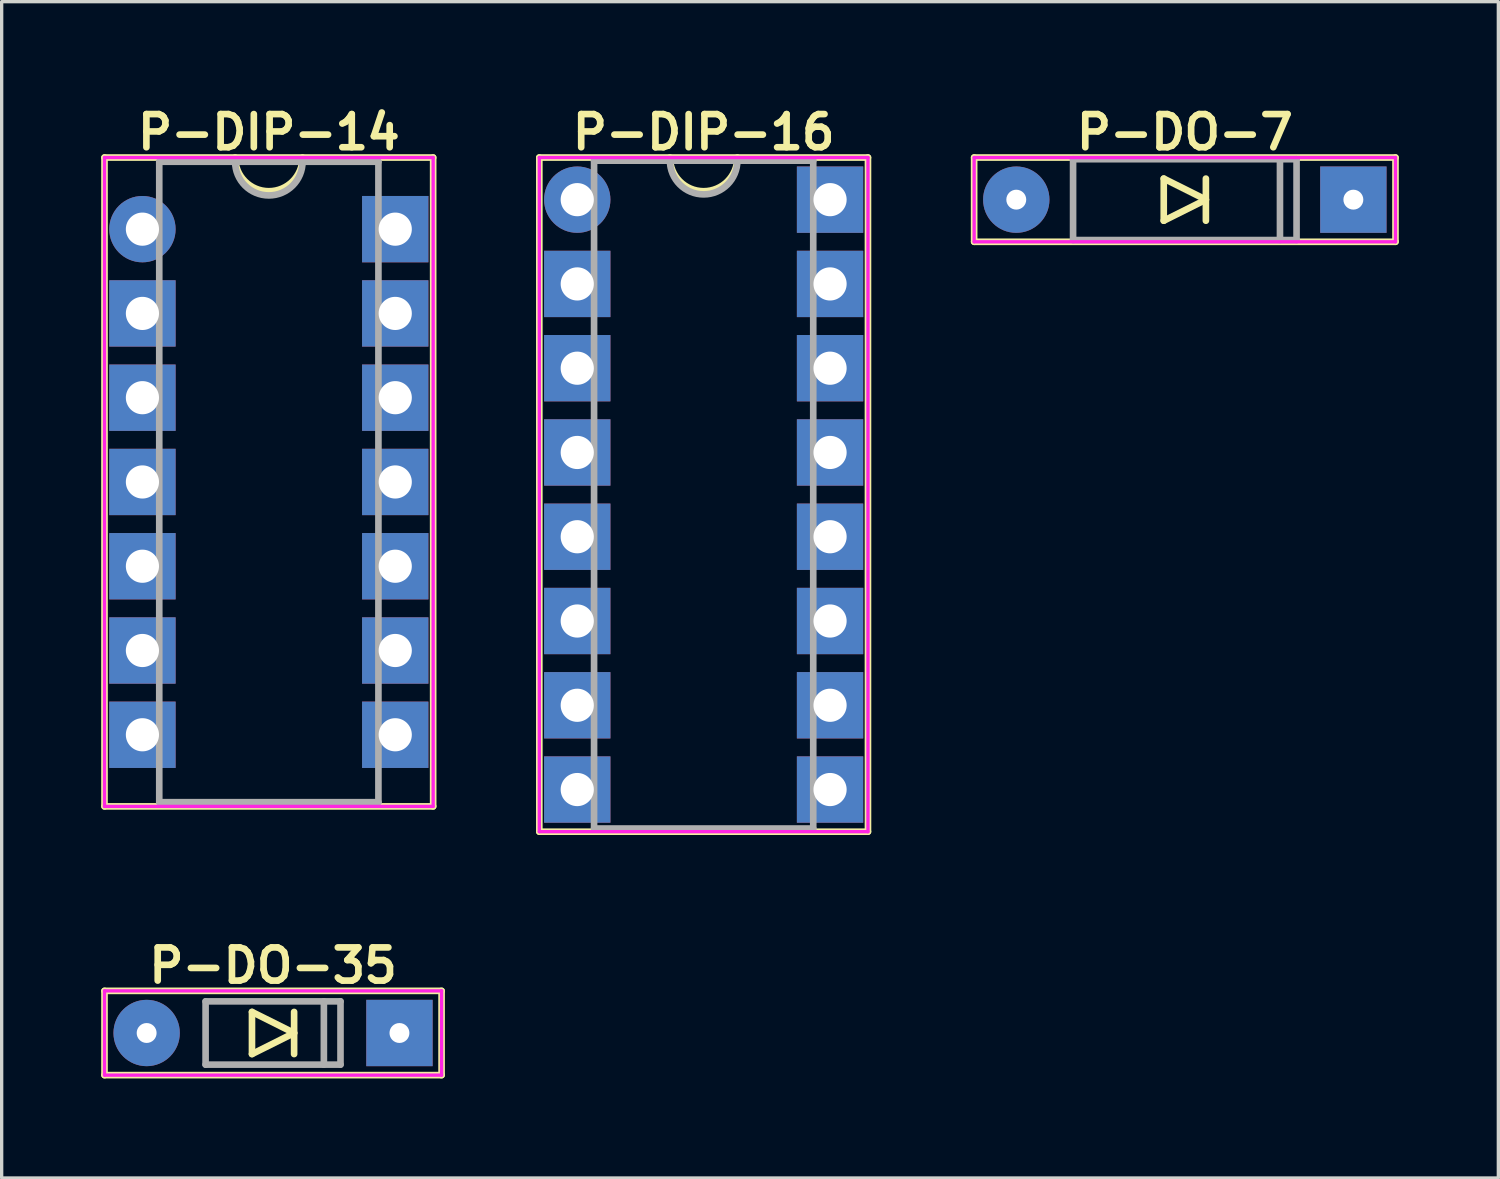
<source format=kicad_pcb>
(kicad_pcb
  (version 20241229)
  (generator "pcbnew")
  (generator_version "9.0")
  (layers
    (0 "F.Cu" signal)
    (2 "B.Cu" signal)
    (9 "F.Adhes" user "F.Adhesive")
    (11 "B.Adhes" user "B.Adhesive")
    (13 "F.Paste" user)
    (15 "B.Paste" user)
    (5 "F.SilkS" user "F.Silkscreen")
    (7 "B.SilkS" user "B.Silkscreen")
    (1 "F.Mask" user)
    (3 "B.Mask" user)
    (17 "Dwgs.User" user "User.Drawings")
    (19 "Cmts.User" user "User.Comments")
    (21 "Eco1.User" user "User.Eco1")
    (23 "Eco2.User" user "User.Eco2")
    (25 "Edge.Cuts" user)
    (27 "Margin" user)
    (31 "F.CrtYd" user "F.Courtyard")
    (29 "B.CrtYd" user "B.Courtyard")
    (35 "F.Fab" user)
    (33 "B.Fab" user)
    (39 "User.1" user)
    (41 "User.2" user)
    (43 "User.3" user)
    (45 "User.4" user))
  (footprint "P-DIP-14"
    (layer "F.Cu")
    (at 5.053 11.477)
    (property "Reference" "P-DIP-14" (at 0 -10.541 0) (layer "F.SilkS") (effects (font (size 1 1) (thickness 0.2))))
    (attr through_hole)
    (fp_line (start -4.953 -9.779) (end -4.953 9.779) (stroke (width 0.2) (type solid)) (layer "F.SilkS"))
    (fp_line (start -4.953 -9.779) (end 4.953 -9.779) (stroke (width 0.2) (type solid)) (layer "F.SilkS"))
    (fp_line (start -4.953 9.779) (end 4.953 9.779) (stroke (width 0.2) (type solid)) (layer "F.SilkS"))
    (fp_line (start 4.953 -9.779) (end 4.953 9.779) (stroke (width 0.2) (type solid)) (layer "F.SilkS"))
    (fp_arc (start 1.016 -9.779) (mid 0 -8.763) (end -1.016 -9.779) (stroke (width 0.2) (type solid)) (layer "F.SilkS"))
    (fp_line (start -4.953 -9.779) (end -4.953 9.779) (stroke (width 0.1) (type solid)) (layer "F.CrtYd"))
    (fp_line (start -4.953 -9.779) (end 4.953 -9.779) (stroke (width 0.1) (type solid)) (layer "F.CrtYd"))
    (fp_line (start -4.953 9.779) (end 4.953 9.779) (stroke (width 0.1) (type solid)) (layer "F.CrtYd"))
    (fp_line (start 4.953 -9.779) (end 4.953 9.779) (stroke (width 0.1) (type solid)) (layer "F.CrtYd"))
    (fp_line (start -3.303 -9.652) (end -3.303 9.652) (stroke (width 0.2) (type solid)) (layer "F.Fab"))
    (fp_line (start -3.303 -9.652) (end 3.303 -9.652) (stroke (width 0.2) (type solid)) (layer "F.Fab"))
    (fp_line (start -3.303 9.652) (end 3.303 9.652) (stroke (width 0.2) (type solid)) (layer "F.Fab"))
    (fp_line (start 3.303 -9.652) (end 3.303 9.652) (stroke (width 0.2) (type solid)) (layer "F.Fab"))
    (fp_arc (start 1.016 -9.6525) (mid 0 -8.6365) (end -1.016 -9.6525) (stroke (width 0.2) (type solid)) (layer "F.Fab"))
    (pad "1" thru_hole circle (at -3.81 -7.62) (size 2 2) (drill 1) (layers "*.Cu" "*.Mask"))
    (pad "2" thru_hole rect (at -3.81 -5.08) (size 2 2) (drill 1) (layers "*.Cu" "*.Mask"))
    (pad "3" thru_hole rect (at -3.81 -2.54) (size 2 2) (drill 1) (layers "*.Cu" "*.Mask"))
    (pad "4" thru_hole rect (at -3.81 0) (size 2 2) (drill 1) (layers "*.Cu" "*.Mask"))
    (pad "5" thru_hole rect (at -3.81 2.54) (size 2 2) (drill 1) (layers "*.Cu" "*.Mask"))
    (pad "6" thru_hole rect (at -3.81 5.08) (size 2 2) (drill 1) (layers "*.Cu" "*.Mask"))
    (pad "7" thru_hole rect (at -3.81 7.62) (size 2 2) (drill 1) (layers "*.Cu" "*.Mask"))
    (pad "8" thru_hole rect (at 3.81 7.62) (size 2 2) (drill 1) (layers "*.Cu" "*.Mask"))
    (pad "9" thru_hole rect (at 3.81 5.08) (size 2 2) (drill 1) (layers "*.Cu" "*.Mask"))
    (pad "10" thru_hole rect (at 3.81 2.54) (size 2 2) (drill 1) (layers "*.Cu" "*.Mask"))
    (pad "11" thru_hole rect (at 3.81 0) (size 2 2) (drill 1) (layers "*.Cu" "*.Mask"))
    (pad "12" thru_hole rect (at 3.81 -2.54) (size 2 2) (drill 1) (layers "*.Cu" "*.Mask"))
    (pad "13" thru_hole rect (at 3.81 -5.08) (size 2 2) (drill 1) (layers "*.Cu" "*.Mask"))
    (pad "14" thru_hole rect (at 3.81 -7.62) (size 2 2) (drill 1) (layers "*.Cu" "*.Mask")))
  (footprint "P-DO-7"
    (layer "F.Cu")
    (at 32.662 2.968)
    (property "Reference" "P-DO-7" (at 0 -2.032 0) (layer "F.SilkS") (effects (font (size 1 1) (thickness 0.2))))
    (attr through_hole)
    (fp_line (start -6.35 -1.27) (end -6.35 1.27) (stroke (width 0.2) (type solid)) (layer "F.SilkS"))
    (fp_line (start -6.35 -1.27) (end 6.35 -1.27) (stroke (width 0.2) (type solid)) (layer "F.SilkS"))
    (fp_line (start -6.35 1.27) (end 6.35 1.27) (stroke (width 0.2) (type solid)) (layer "F.SilkS"))
    (fp_line (start -0.635 -0.635) (end -0.635 0.635) (stroke (width 0.2) (type solid)) (layer "F.SilkS"))
    (fp_line (start -0.635 -0.635) (end 0.635 0) (stroke (width 0.2) (type solid)) (layer "F.SilkS"))
    (fp_line (start -0.635 0.635) (end 0.635 0) (stroke (width 0.2) (type solid)) (layer "F.SilkS"))
    (fp_line (start 0.635 -0.635) (end 0.635 0.635) (stroke (width 0.2) (type solid)) (layer "F.SilkS"))
    (fp_line (start 6.35 -1.27) (end 6.35 1.27) (stroke (width 0.2) (type solid)) (layer "F.SilkS"))
    (fp_line (start -6.35 -1.27) (end 6.35 -1.27) (stroke (width 0.1) (type solid)) (layer "F.CrtYd"))
    (fp_line (start -6.35 1.27) (end -6.35 -1.27) (stroke (width 0.1) (type solid)) (layer "F.CrtYd"))
    (fp_line (start 6.35 -1.27) (end 6.35 1.27) (stroke (width 0.1) (type solid)) (layer "F.CrtYd"))
    (fp_line (start 6.35 1.27) (end -6.35 1.27) (stroke (width 0.1) (type solid)) (layer "F.CrtYd"))
    (fp_line (start -3.368 -1.218) (end -3.368 1.218) (stroke (width 0.2) (type solid)) (layer "F.Fab"))
    (fp_line (start -3.368 -1.218) (end 3.368 -1.218) (stroke (width 0.2) (type solid)) (layer "F.Fab"))
    (fp_line (start -3.368 1.218) (end 3.368 1.218) (stroke (width 0.2) (type solid)) (layer "F.Fab"))
    (fp_line (start 2.868 -1.218) (end 2.868 1.218) (stroke (width 0.2) (type solid)) (layer "F.Fab"))
    (fp_line (start 3.368 -1.218) (end 3.368 1.218) (stroke (width 0.2) (type solid)) (layer "F.Fab"))
    (pad "A" thru_hole circle (at -5.08 0) (size 2 2) (drill 0.6) (layers "*.Cu" "*.Mask"))
    (pad "C" thru_hole rect (at 5.08 0) (size 2 2) (drill 0.6) (layers "*.Cu" "*.Mask")))
  (footprint "P-DO-35"
    (layer "F.Cu")
    (at 5.18 28.086)
    (property "Reference" "P-DO-35" (at 0 -2.032 0) (layer "F.SilkS") (effects (font (size 1 1) (thickness 0.2))))
    (attr through_hole)
    (fp_line (start -5.08 -1.27) (end -5.08 1.27) (stroke (width 0.2) (type solid)) (layer "F.SilkS"))
    (fp_line (start -5.08 -1.27) (end 5.08 -1.27) (stroke (width 0.2) (type solid)) (layer "F.SilkS"))
    (fp_line (start -5.08 1.27) (end 5.08 1.27) (stroke (width 0.2) (type solid)) (layer "F.SilkS"))
    (fp_line (start -0.635 -0.635) (end -0.635 0.635) (stroke (width 0.2) (type solid)) (layer "F.SilkS"))
    (fp_line (start -0.635 -0.635) (end 0.635 0) (stroke (width 0.2) (type solid)) (layer "F.SilkS"))
    (fp_line (start -0.635 0.635) (end 0.635 0) (stroke (width 0.2) (type solid)) (layer "F.SilkS"))
    (fp_line (start 0.635 -0.635) (end 0.635 0.635) (stroke (width 0.2) (type solid)) (layer "F.SilkS"))
    (fp_line (start 5.08 -1.27) (end 5.08 1.27) (stroke (width 0.2) (type solid)) (layer "F.SilkS"))
    (fp_line (start -5.08 -1.27) (end 5.08 -1.27) (stroke (width 0.1) (type solid)) (layer "F.CrtYd"))
    (fp_line (start -5.08 1.27) (end -5.08 -1.27) (stroke (width 0.1) (type solid)) (layer "F.CrtYd"))
    (fp_line (start 5.08 -1.27) (end 5.08 1.27) (stroke (width 0.1) (type solid)) (layer "F.CrtYd"))
    (fp_line (start 5.08 1.27) (end -5.08 1.27) (stroke (width 0.1) (type solid)) (layer "F.CrtYd"))
    (fp_line (start -2.033 -0.953) (end -2.033 0.953) (stroke (width 0.2) (type solid)) (layer "F.Fab"))
    (fp_line (start -2.033 -0.953) (end 2.033 -0.953) (stroke (width 0.2) (type solid)) (layer "F.Fab"))
    (fp_line (start -2.033 0.953) (end 2.033 0.953) (stroke (width 0.2) (type solid)) (layer "F.Fab"))
    (fp_line (start 1.532 -0.953) (end 1.532 0.953) (stroke (width 0.2) (type solid)) (layer "F.Fab"))
    (fp_line (start 2.033 -0.953) (end 2.033 0.953) (stroke (width 0.2) (type solid)) (layer "F.Fab"))
    (pad "A" thru_hole circle (at -3.81 0) (size 2 2) (drill 0.6) (layers "*.Cu" "*.Mask"))
    (pad "C" thru_hole rect (at 3.81 0) (size 2 2) (drill 0.6) (layers "*.Cu" "*.Mask")))
  (footprint "P-DIP-16"
    (layer "F.Cu")
    (at 18.159 11.858)
    (property "Reference" "P-DIP-16" (at 0 -10.922 0) (layer "F.SilkS") (effects (font (size 1 1) (thickness 0.2))))
    (attr through_hole)
    (fp_line (start -4.953 -10.16) (end -4.953 10.16) (stroke (width 0.2) (type solid)) (layer "F.SilkS"))
    (fp_line (start -4.953 -10.16) (end 4.953 -10.16) (stroke (width 0.2) (type solid)) (layer "F.SilkS"))
    (fp_line (start -4.953 10.16) (end 4.953 10.16) (stroke (width 0.2) (type solid)) (layer "F.SilkS"))
    (fp_line (start 4.953 -10.16) (end 4.953 10.16) (stroke (width 0.2) (type solid)) (layer "F.SilkS"))
    (fp_arc (start 1.016 -10.16) (mid 0 -9.144) (end -1.016 -10.16) (stroke (width 0.2) (type solid)) (layer "F.SilkS"))
    (fp_line (start -4.953 -10.16) (end -4.953 10.16) (stroke (width 0.1) (type solid)) (layer "F.CrtYd"))
    (fp_line (start -4.953 -10.16) (end 4.953 -10.16) (stroke (width 0.1) (type solid)) (layer "F.CrtYd"))
    (fp_line (start -4.953 10.16) (end 4.953 10.16) (stroke (width 0.1) (type solid)) (layer "F.CrtYd"))
    (fp_line (start 4.953 -10.16) (end 4.953 10.16) (stroke (width 0.1) (type solid)) (layer "F.CrtYd"))
    (fp_line (start -3.303 -10.065) (end -3.303 10.065) (stroke (width 0.2) (type solid)) (layer "F.Fab"))
    (fp_line (start -3.303 -10.065) (end 3.303 -10.065) (stroke (width 0.2) (type solid)) (layer "F.Fab"))
    (fp_line (start -3.303 10.065) (end 3.303 10.065) (stroke (width 0.2) (type solid)) (layer "F.Fab"))
    (fp_line (start 3.303 -10.065) (end 3.303 10.065) (stroke (width 0.2) (type solid)) (layer "F.Fab"))
    (fp_arc (start 1.016 -10.065) (mid 0 -9.049) (end -1.016 -10.065) (stroke (width 0.2) (type solid)) (layer "F.Fab"))
    (pad "1" thru_hole circle (at -3.81 -8.89) (size 2 2) (drill 1) (layers "*.Cu" "*.Mask"))
    (pad "2" thru_hole rect (at -3.81 -6.35) (size 2 2) (drill 1) (layers "*.Cu" "*.Mask"))
    (pad "3" thru_hole rect (at -3.81 -3.81) (size 2 2) (drill 1) (layers "*.Cu" "*.Mask"))
    (pad "4" thru_hole rect (at -3.81 -1.27) (size 2 2) (drill 1) (layers "*.Cu" "*.Mask"))
    (pad "5" thru_hole rect (at -3.81 1.27) (size 2 2) (drill 1) (layers "*.Cu" "*.Mask"))
    (pad "6" thru_hole rect (at -3.81 3.81) (size 2 2) (drill 1) (layers "*.Cu" "*.Mask"))
    (pad "7" thru_hole rect (at -3.81 6.35) (size 2 2) (drill 1) (layers "*.Cu" "*.Mask"))
    (pad "8" thru_hole rect (at -3.81 8.89) (size 2 2) (drill 1) (layers "*.Cu" "*.Mask"))
    (pad "9" thru_hole rect (at 3.81 8.89) (size 2 2) (drill 1) (layers "*.Cu" "*.Mask"))
    (pad "10" thru_hole rect (at 3.81 6.35) (size 2 2) (drill 1) (layers "*.Cu" "*.Mask"))
    (pad "11" thru_hole rect (at 3.81 3.81) (size 2 2) (drill 1) (layers "*.Cu" "*.Mask"))
    (pad "12" thru_hole rect (at 3.81 1.27) (size 2 2) (drill 1) (layers "*.Cu" "*.Mask"))
    (pad "13" thru_hole rect (at 3.81 -1.27) (size 2 2) (drill 1) (layers "*.Cu" "*.Mask"))
    (pad "14" thru_hole rect (at 3.81 -3.81) (size 2 2) (drill 1) (layers "*.Cu" "*.Mask"))
    (pad "15" thru_hole rect (at 3.81 -6.35) (size 2 2) (drill 1) (layers "*.Cu" "*.Mask"))
    (pad "16" thru_hole rect (at 3.81 -8.89) (size 2 2) (drill 1) (layers "*.Cu" "*.Mask")))
  (gr_rect
    (start -3 -3)
    (end 42.112 32.456)
    (stroke (width 0.1) (type default))
    (fill no)
    (layer "Edge.Cuts")))
</source>
